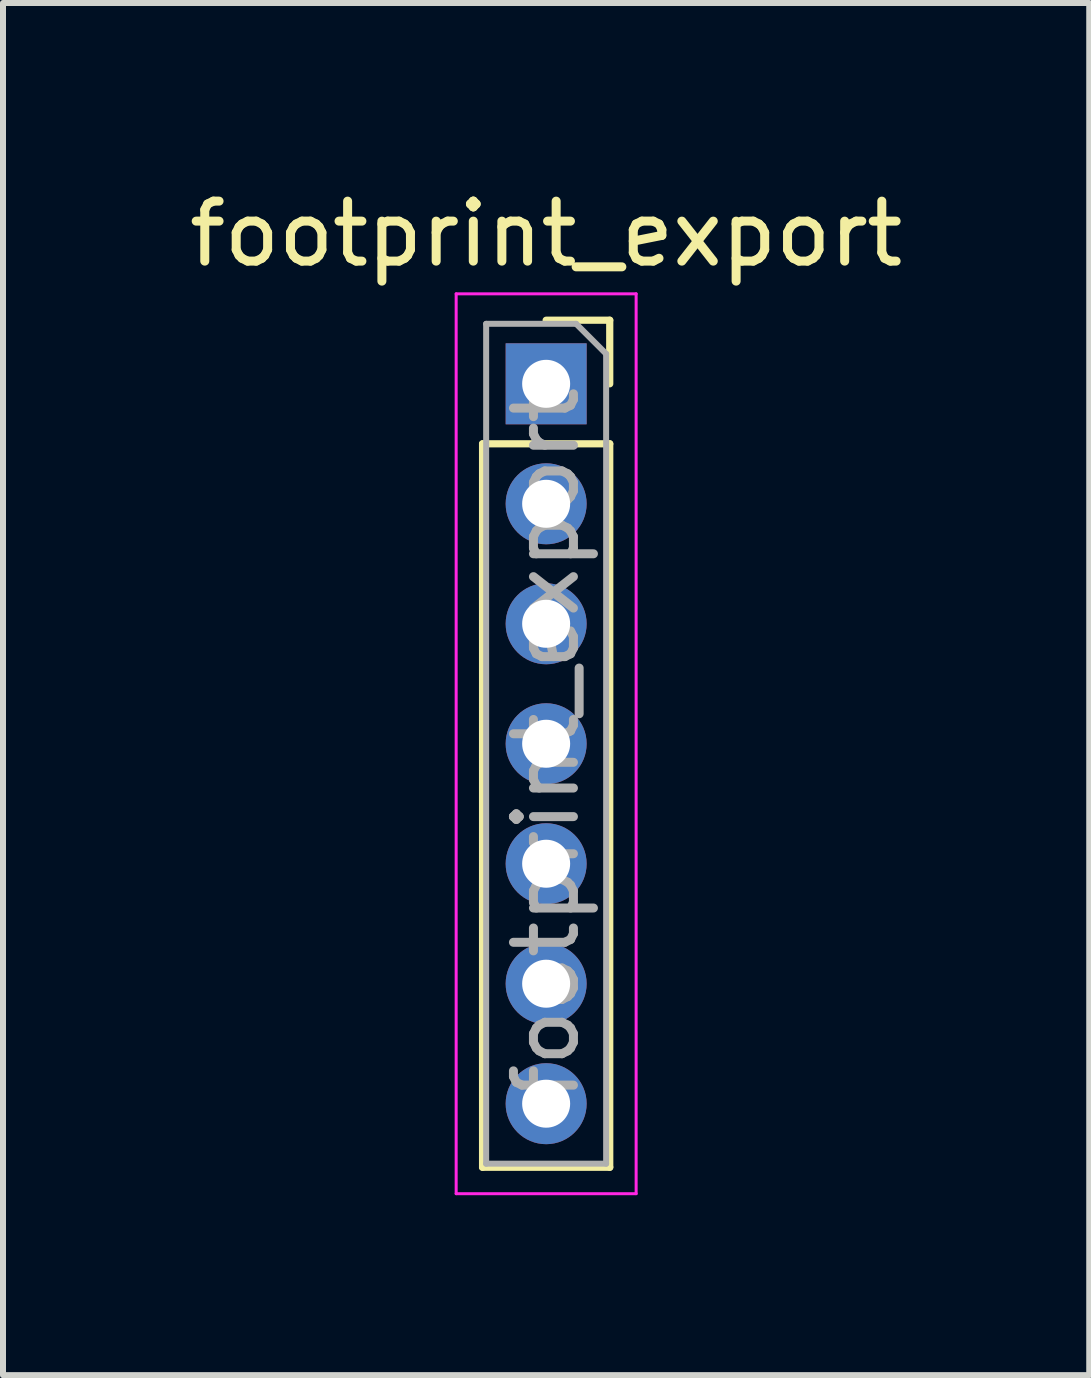
<source format=kicad_pcb>
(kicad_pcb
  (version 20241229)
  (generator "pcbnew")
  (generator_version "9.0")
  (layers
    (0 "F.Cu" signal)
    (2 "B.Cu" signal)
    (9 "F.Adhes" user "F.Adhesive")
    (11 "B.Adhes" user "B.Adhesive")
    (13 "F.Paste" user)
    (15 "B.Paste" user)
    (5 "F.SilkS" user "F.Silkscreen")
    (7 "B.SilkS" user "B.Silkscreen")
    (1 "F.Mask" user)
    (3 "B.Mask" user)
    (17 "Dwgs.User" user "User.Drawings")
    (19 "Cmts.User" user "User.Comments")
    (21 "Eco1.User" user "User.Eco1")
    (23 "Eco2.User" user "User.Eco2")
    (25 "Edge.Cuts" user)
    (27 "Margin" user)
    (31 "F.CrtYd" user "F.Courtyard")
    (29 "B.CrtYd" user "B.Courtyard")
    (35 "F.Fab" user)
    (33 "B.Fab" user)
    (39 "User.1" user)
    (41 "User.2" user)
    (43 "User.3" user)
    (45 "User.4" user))
  (footprint "footprint_export"
    (layer "F.Cu")
    (at 6.054 3.348)
    (property "Reference" "footprint_export" (at 0 -2.5 0) (layer "F.SilkS") (effects (font (size 1 1) (thickness 0.15))))
    (attr through_hole)
    (fp_line (start -1.06 1) (end -1.06 13.06) (stroke (width 0.12) (type solid)) (layer "F.SilkS"))
    (fp_line (start -1.06 1) (end 1.06 1) (stroke (width 0.12) (type solid)) (layer "F.SilkS"))
    (fp_line (start -1.06 13.06) (end 1.06 13.06) (stroke (width 0.12) (type solid)) (layer "F.SilkS"))
    (fp_line (start 0 -1.06) (end 1.06 -1.06) (stroke (width 0.12) (type solid)) (layer "F.SilkS"))
    (fp_line (start 1.06 -1.06) (end 1.06 0) (stroke (width 0.12) (type solid)) (layer "F.SilkS"))
    (fp_line (start 1.06 1) (end 1.06 13.06) (stroke (width 0.12) (type solid)) (layer "F.SilkS"))
    (fp_line (start -1.5 -1.5) (end 1.5 -1.5) (stroke (width 0.05) (type solid)) (layer "F.CrtYd"))
    (fp_line (start -1.5 13.5) (end -1.5 -1.5) (stroke (width 0.05) (type solid)) (layer "F.CrtYd"))
    (fp_line (start 1.5 -1.5) (end 1.5 13.5) (stroke (width 0.05) (type solid)) (layer "F.CrtYd"))
    (fp_line (start 1.5 13.5) (end -1.5 13.5) (stroke (width 0.05) (type solid)) (layer "F.CrtYd"))
    (fp_line (start -1 -1) (end 0.5 -1) (stroke (width 0.1) (type solid)) (layer "F.Fab"))
    (fp_line (start -1 13) (end -1 -1) (stroke (width 0.1) (type solid)) (layer "F.Fab"))
    (fp_line (start 0.5 -1) (end 1 -0.5) (stroke (width 0.1) (type solid)) (layer "F.Fab"))
    (fp_line (start 1 -0.5) (end 1 13) (stroke (width 0.1) (type solid)) (layer "F.Fab"))
    (fp_line (start 1 13) (end -1 13) (stroke (width 0.1) (type solid)) (layer "F.Fab"))
    (fp_text user "${REFERENCE}" (at 0 6 90) (layer "F.Fab") (effects (font (size 1 1) (thickness 0.15))))
    (pad "1" thru_hole rect (at 0 0) (size 1.35 1.35) (drill 0.8) (layers "*.Cu" "*.Mask"))
    (pad "2" thru_hole oval (at 0 2) (size 1.35 1.35) (drill 0.8) (layers "*.Cu" "*.Mask"))
    (pad "3" thru_hole oval (at 0 4) (size 1.35 1.35) (drill 0.8) (layers "*.Cu" "*.Mask"))
    (pad "4" thru_hole oval (at 0 6) (size 1.35 1.35) (drill 0.8) (layers "*.Cu" "*.Mask"))
    (pad "5" thru_hole oval (at 0 8) (size 1.35 1.35) (drill 0.8) (layers "*.Cu" "*.Mask"))
    (pad "6" thru_hole oval (at 0 10) (size 1.35 1.35) (drill 0.8) (layers "*.Cu" "*.Mask"))
    (pad "7" thru_hole oval (at 0 12) (size 1.35 1.35) (drill 0.8) (layers "*.Cu" "*.Mask")))
  (gr_rect
    (start -3 -3)
    (end 15.107 19.873)
    (stroke (width 0.1) (type default))
    (fill no)
    (layer "Edge.Cuts")))
</source>
